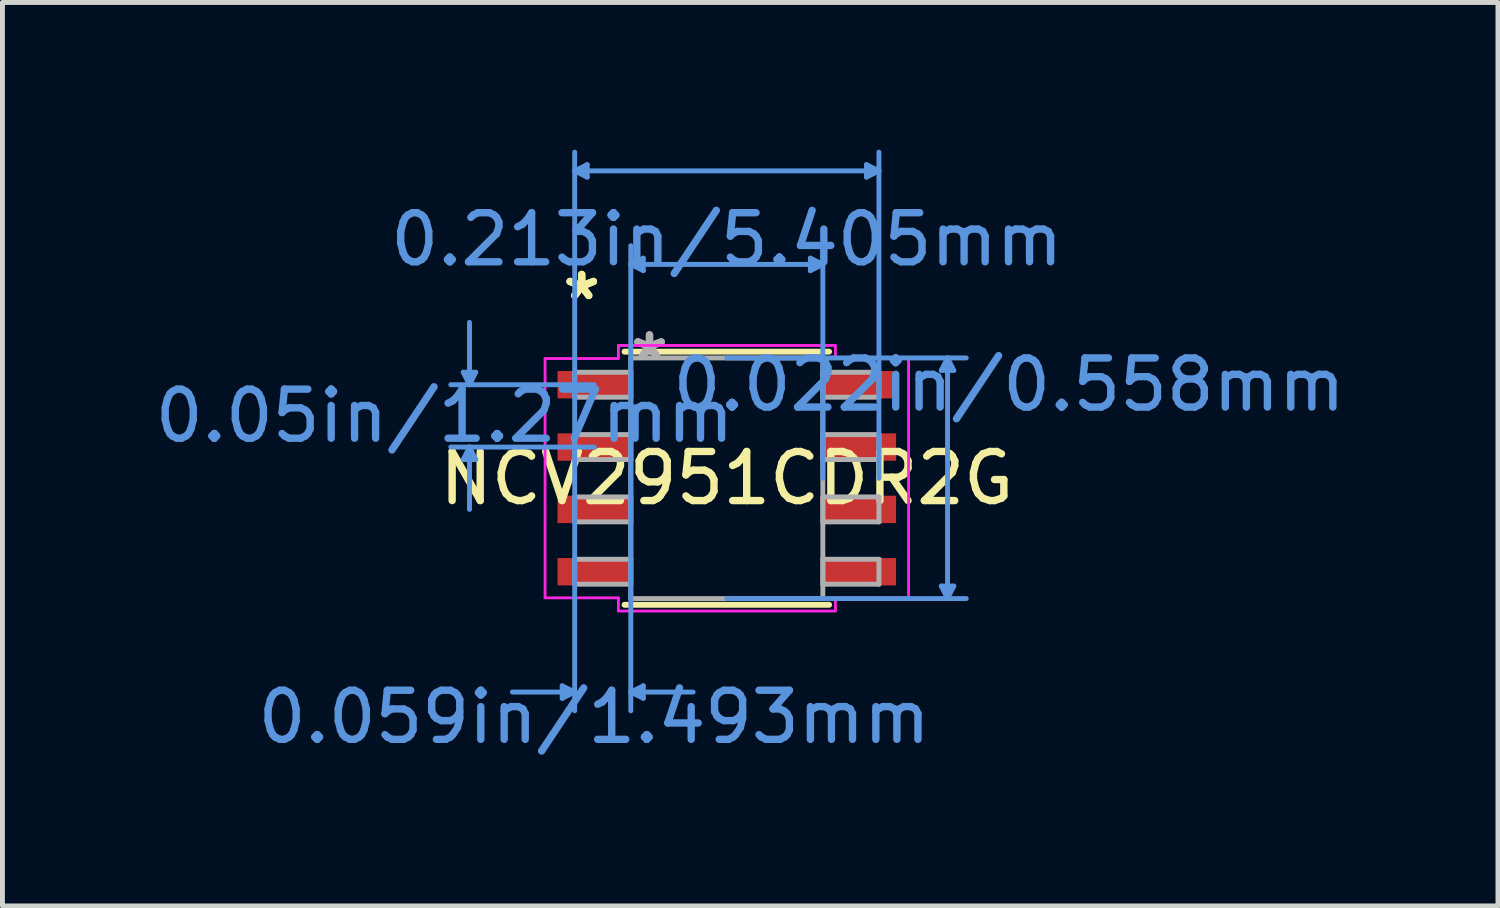
<source format=kicad_pcb>
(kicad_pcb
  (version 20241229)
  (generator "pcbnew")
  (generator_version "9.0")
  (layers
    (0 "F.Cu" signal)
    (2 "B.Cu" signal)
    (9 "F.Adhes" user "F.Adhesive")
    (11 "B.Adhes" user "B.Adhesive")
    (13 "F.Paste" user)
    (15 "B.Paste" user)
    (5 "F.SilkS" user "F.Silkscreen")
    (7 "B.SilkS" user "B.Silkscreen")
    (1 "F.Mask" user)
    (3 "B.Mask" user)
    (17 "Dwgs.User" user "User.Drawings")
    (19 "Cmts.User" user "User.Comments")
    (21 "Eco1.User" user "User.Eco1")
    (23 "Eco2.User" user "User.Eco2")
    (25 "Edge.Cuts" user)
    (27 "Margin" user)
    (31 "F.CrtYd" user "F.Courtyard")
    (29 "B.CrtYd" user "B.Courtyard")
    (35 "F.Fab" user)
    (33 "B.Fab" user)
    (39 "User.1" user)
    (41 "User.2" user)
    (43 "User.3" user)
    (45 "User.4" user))
  (footprint "NCV2951CDR2G"
    (layer "F.Cu")
    (at 11.756 6.692)
    (property "Reference" "NCV2951CDR2G" (at 0 0 0) (layer "F.SilkS") (effects (font (size 1 1) (thickness 0.15))))
    (attr through_hole)
    (fp_line (start -2.083 2.578) (end 2.083 2.578) (stroke (width 0.12) (type solid)) (layer "F.SilkS"))
    (fp_line (start 2.083 -2.578) (end -2.083 -2.578) (stroke (width 0.12) (type solid)) (layer "F.SilkS"))
    (fp_line (start -5.369 -2.159) (end -5.115 -2.159) (stroke (width 0.1) (type solid)) (layer "Cmts.User"))
    (fp_line (start -5.369 -0.381) (end -5.115 -0.381) (stroke (width 0.1) (type solid)) (layer "Cmts.User"))
    (fp_line (start -5.242 -1.905) (end -5.369 -2.159) (stroke (width 0.1) (type solid)) (layer "Cmts.User"))
    (fp_line (start -5.242 -1.905) (end -5.242 -3.175) (stroke (width 0.1) (type solid)) (layer "Cmts.User"))
    (fp_line (start -5.242 -1.905) (end -5.115 -2.159) (stroke (width 0.1) (type solid)) (layer "Cmts.User"))
    (fp_line (start -5.242 -0.635) (end -5.369 -0.381) (stroke (width 0.1) (type solid)) (layer "Cmts.User"))
    (fp_line (start -5.242 -0.635) (end -5.242 0.635) (stroke (width 0.1) (type solid)) (layer "Cmts.User"))
    (fp_line (start -5.242 -0.635) (end -5.115 -0.381) (stroke (width 0.1) (type solid)) (layer "Cmts.User"))
    (fp_line (start -3.353 4.229) (end -3.353 4.483) (stroke (width 0.1) (type solid)) (layer "Cmts.User"))
    (fp_line (start -3.099 -6.261) (end -2.845 -6.388) (stroke (width 0.1) (type solid)) (layer "Cmts.User"))
    (fp_line (start -3.099 -6.261) (end -2.845 -6.134) (stroke (width 0.1) (type solid)) (layer "Cmts.User"))
    (fp_line (start -3.099 -6.261) (end 3.099 -6.261) (stroke (width 0.1) (type solid)) (layer "Cmts.User"))
    (fp_line (start -3.099 0) (end -3.099 -6.642) (stroke (width 0.1) (type solid)) (layer "Cmts.User"))
    (fp_line (start -3.099 0) (end -3.099 4.737) (stroke (width 0.1) (type solid)) (layer "Cmts.User"))
    (fp_line (start -3.099 4.356) (end -4.369 4.356) (stroke (width 0.1) (type solid)) (layer "Cmts.User"))
    (fp_line (start -3.099 4.356) (end -3.353 4.229) (stroke (width 0.1) (type solid)) (layer "Cmts.User"))
    (fp_line (start -3.099 4.356) (end -3.353 4.483) (stroke (width 0.1) (type solid)) (layer "Cmts.User"))
    (fp_line (start -2.845 -6.388) (end -2.845 -6.134) (stroke (width 0.1) (type solid)) (layer "Cmts.User"))
    (fp_line (start -2.702 -1.905) (end -5.623 -1.905) (stroke (width 0.1) (type solid)) (layer "Cmts.User"))
    (fp_line (start -2.702 -0.635) (end -5.623 -0.635) (stroke (width 0.1) (type solid)) (layer "Cmts.User"))
    (fp_line (start -1.956 -4.356) (end -1.702 -4.483) (stroke (width 0.1) (type solid)) (layer "Cmts.User"))
    (fp_line (start -1.956 -4.356) (end -1.702 -4.229) (stroke (width 0.1) (type solid)) (layer "Cmts.User"))
    (fp_line (start -1.956 -4.356) (end 1.956 -4.356) (stroke (width 0.1) (type solid)) (layer "Cmts.User"))
    (fp_line (start -1.956 0) (end -1.956 -4.737) (stroke (width 0.1) (type solid)) (layer "Cmts.User"))
    (fp_line (start -1.956 0) (end -1.956 4.737) (stroke (width 0.1) (type solid)) (layer "Cmts.User"))
    (fp_line (start -1.956 4.356) (end -1.702 4.229) (stroke (width 0.1) (type solid)) (layer "Cmts.User"))
    (fp_line (start -1.956 4.356) (end -1.702 4.483) (stroke (width 0.1) (type solid)) (layer "Cmts.User"))
    (fp_line (start -1.956 4.356) (end -0.686 4.356) (stroke (width 0.1) (type solid)) (layer "Cmts.User"))
    (fp_line (start -1.702 -4.483) (end -1.702 -4.229) (stroke (width 0.1) (type solid)) (layer "Cmts.User"))
    (fp_line (start -1.702 4.229) (end -1.702 4.483) (stroke (width 0.1) (type solid)) (layer "Cmts.User"))
    (fp_line (start 0 -2.451) (end 4.877 -2.451) (stroke (width 0.1) (type solid)) (layer "Cmts.User"))
    (fp_line (start 0 2.451) (end 4.877 2.451) (stroke (width 0.1) (type solid)) (layer "Cmts.User"))
    (fp_line (start 1.702 -4.483) (end 1.702 -4.229) (stroke (width 0.1) (type solid)) (layer "Cmts.User"))
    (fp_line (start 1.956 -4.356) (end 1.702 -4.483) (stroke (width 0.1) (type solid)) (layer "Cmts.User"))
    (fp_line (start 1.956 -4.356) (end 1.702 -4.229) (stroke (width 0.1) (type solid)) (layer "Cmts.User"))
    (fp_line (start 1.956 0) (end 1.956 -4.737) (stroke (width 0.1) (type solid)) (layer "Cmts.User"))
    (fp_line (start 2.845 -6.388) (end 2.845 -6.134) (stroke (width 0.1) (type solid)) (layer "Cmts.User"))
    (fp_line (start 3.099 -6.261) (end 2.845 -6.388) (stroke (width 0.1) (type solid)) (layer "Cmts.User"))
    (fp_line (start 3.099 -6.261) (end 2.845 -6.134) (stroke (width 0.1) (type solid)) (layer "Cmts.User"))
    (fp_line (start 3.099 0) (end 3.099 -6.642) (stroke (width 0.1) (type solid)) (layer "Cmts.User"))
    (fp_line (start 4.369 -2.197) (end 4.623 -2.197) (stroke (width 0.1) (type solid)) (layer "Cmts.User"))
    (fp_line (start 4.369 2.197) (end 4.623 2.197) (stroke (width 0.1) (type solid)) (layer "Cmts.User"))
    (fp_line (start 4.496 -2.451) (end 4.369 -2.197) (stroke (width 0.1) (type solid)) (layer "Cmts.User"))
    (fp_line (start 4.496 -2.451) (end 4.496 2.451) (stroke (width 0.1) (type solid)) (layer "Cmts.User"))
    (fp_line (start 4.496 -2.451) (end 4.623 -2.197) (stroke (width 0.1) (type solid)) (layer "Cmts.User"))
    (fp_line (start 4.496 2.451) (end 4.369 2.197) (stroke (width 0.1) (type solid)) (layer "Cmts.User"))
    (fp_line (start 4.496 2.451) (end 4.623 2.197) (stroke (width 0.1) (type solid)) (layer "Cmts.User"))
    (fp_line (start -3.703 -2.438) (end -2.21 -2.438) (stroke (width 0.05) (type solid)) (layer "F.CrtYd"))
    (fp_line (start -3.703 -2.438) (end -2.21 -2.438) (stroke (width 0.05) (type solid)) (layer "F.CrtYd"))
    (fp_line (start -3.703 2.438) (end -3.703 -2.438) (stroke (width 0.05) (type solid)) (layer "F.CrtYd"))
    (fp_line (start -3.703 2.438) (end -3.703 -2.438) (stroke (width 0.05) (type solid)) (layer "F.CrtYd"))
    (fp_line (start -3.703 2.438) (end -2.21 2.438) (stroke (width 0.05) (type solid)) (layer "F.CrtYd"))
    (fp_line (start -2.21 -2.705) (end 2.21 -2.705) (stroke (width 0.05) (type solid)) (layer "F.CrtYd"))
    (fp_line (start -2.21 -2.705) (end 2.21 -2.705) (stroke (width 0.05) (type solid)) (layer "F.CrtYd"))
    (fp_line (start -2.21 -2.438) (end -2.21 -2.705) (stroke (width 0.05) (type solid)) (layer "F.CrtYd"))
    (fp_line (start -2.21 -2.438) (end -2.21 -2.705) (stroke (width 0.05) (type solid)) (layer "F.CrtYd"))
    (fp_line (start -2.21 2.438) (end -3.703 2.438) (stroke (width 0.05) (type solid)) (layer "F.CrtYd"))
    (fp_line (start -2.21 2.705) (end -2.21 2.438) (stroke (width 0.05) (type solid)) (layer "F.CrtYd"))
    (fp_line (start -2.21 2.705) (end -2.21 2.438) (stroke (width 0.05) (type solid)) (layer "F.CrtYd"))
    (fp_line (start 2.21 -2.705) (end 2.21 -2.438) (stroke (width 0.05) (type solid)) (layer "F.CrtYd"))
    (fp_line (start 2.21 -2.705) (end 2.21 -2.438) (stroke (width 0.05) (type solid)) (layer "F.CrtYd"))
    (fp_line (start 2.21 -2.438) (end 3.703 -2.438) (stroke (width 0.05) (type solid)) (layer "F.CrtYd"))
    (fp_line (start 2.21 2.438) (end 2.21 2.705) (stroke (width 0.05) (type solid)) (layer "F.CrtYd"))
    (fp_line (start 2.21 2.438) (end 2.21 2.705) (stroke (width 0.05) (type solid)) (layer "F.CrtYd"))
    (fp_line (start 2.21 2.705) (end -2.21 2.705) (stroke (width 0.05) (type solid)) (layer "F.CrtYd"))
    (fp_line (start 2.21 2.705) (end -2.21 2.705) (stroke (width 0.05) (type solid)) (layer "F.CrtYd"))
    (fp_line (start 3.703 -2.438) (end 2.21 -2.438) (stroke (width 0.05) (type solid)) (layer "F.CrtYd"))
    (fp_line (start 3.703 -2.438) (end 3.703 2.438) (stroke (width 0.05) (type solid)) (layer "F.CrtYd"))
    (fp_line (start 3.703 -2.438) (end 3.703 2.438) (stroke (width 0.05) (type solid)) (layer "F.CrtYd"))
    (fp_line (start 3.703 2.438) (end 2.21 2.438) (stroke (width 0.05) (type solid)) (layer "F.CrtYd"))
    (fp_line (start 3.703 2.438) (end 2.21 2.438) (stroke (width 0.05) (type solid)) (layer "F.CrtYd"))
    (fp_line (start -3.099 -2.159) (end -3.099 -1.651) (stroke (width 0.1) (type solid)) (layer "F.Fab"))
    (fp_line (start -3.099 -1.651) (end -1.956 -1.651) (stroke (width 0.1) (type solid)) (layer "F.Fab"))
    (fp_line (start -3.099 -0.889) (end -3.099 -0.381) (stroke (width 0.1) (type solid)) (layer "F.Fab"))
    (fp_line (start -3.099 -0.381) (end -1.956 -0.381) (stroke (width 0.1) (type solid)) (layer "F.Fab"))
    (fp_line (start -3.099 0.381) (end -3.099 0.889) (stroke (width 0.1) (type solid)) (layer "F.Fab"))
    (fp_line (start -3.099 0.889) (end -1.956 0.889) (stroke (width 0.1) (type solid)) (layer "F.Fab"))
    (fp_line (start -3.099 1.651) (end -3.099 2.159) (stroke (width 0.1) (type solid)) (layer "F.Fab"))
    (fp_line (start -3.099 2.159) (end -1.956 2.159) (stroke (width 0.1) (type solid)) (layer "F.Fab"))
    (fp_line (start -1.956 -2.451) (end -1.956 2.451) (stroke (width 0.1) (type solid)) (layer "F.Fab"))
    (fp_line (start -1.956 -2.159) (end -3.099 -2.159) (stroke (width 0.1) (type solid)) (layer "F.Fab"))
    (fp_line (start -1.956 -1.651) (end -1.956 -2.159) (stroke (width 0.1) (type solid)) (layer "F.Fab"))
    (fp_line (start -1.956 -0.889) (end -3.099 -0.889) (stroke (width 0.1) (type solid)) (layer "F.Fab"))
    (fp_line (start -1.956 -0.381) (end -1.956 -0.889) (stroke (width 0.1) (type solid)) (layer "F.Fab"))
    (fp_line (start -1.956 0.381) (end -3.099 0.381) (stroke (width 0.1) (type solid)) (layer "F.Fab"))
    (fp_line (start -1.956 0.889) (end -1.956 0.381) (stroke (width 0.1) (type solid)) (layer "F.Fab"))
    (fp_line (start -1.956 1.651) (end -3.099 1.651) (stroke (width 0.1) (type solid)) (layer "F.Fab"))
    (fp_line (start -1.956 2.159) (end -1.956 1.651) (stroke (width 0.1) (type solid)) (layer "F.Fab"))
    (fp_line (start -1.956 2.451) (end 1.956 2.451) (stroke (width 0.1) (type solid)) (layer "F.Fab"))
    (fp_line (start 1.956 -2.451) (end -1.956 -2.451) (stroke (width 0.1) (type solid)) (layer "F.Fab"))
    (fp_line (start 1.956 -2.159) (end 1.956 -1.651) (stroke (width 0.1) (type solid)) (layer "F.Fab"))
    (fp_line (start 1.956 -1.651) (end 3.099 -1.651) (stroke (width 0.1) (type solid)) (layer "F.Fab"))
    (fp_line (start 1.956 -0.889) (end 1.956 -0.381) (stroke (width 0.1) (type solid)) (layer "F.Fab"))
    (fp_line (start 1.956 -0.381) (end 3.099 -0.381) (stroke (width 0.1) (type solid)) (layer "F.Fab"))
    (fp_line (start 1.956 0.381) (end 1.956 0.889) (stroke (width 0.1) (type solid)) (layer "F.Fab"))
    (fp_line (start 1.956 0.889) (end 3.099 0.889) (stroke (width 0.1) (type solid)) (layer "F.Fab"))
    (fp_line (start 1.956 1.651) (end 1.956 2.159) (stroke (width 0.1) (type solid)) (layer "F.Fab"))
    (fp_line (start 1.956 2.159) (end 3.099 2.159) (stroke (width 0.1) (type solid)) (layer "F.Fab"))
    (fp_line (start 1.956 2.451) (end 1.956 -2.451) (stroke (width 0.1) (type solid)) (layer "F.Fab"))
    (fp_line (start 3.099 -2.159) (end 1.956 -2.159) (stroke (width 0.1) (type solid)) (layer "F.Fab"))
    (fp_line (start 3.099 -1.651) (end 3.099 -2.159) (stroke (width 0.1) (type solid)) (layer "F.Fab"))
    (fp_line (start 3.099 -0.889) (end 1.956 -0.889) (stroke (width 0.1) (type solid)) (layer "F.Fab"))
    (fp_line (start 3.099 -0.381) (end 3.099 -0.889) (stroke (width 0.1) (type solid)) (layer "F.Fab"))
    (fp_line (start 3.099 0.381) (end 1.956 0.381) (stroke (width 0.1) (type solid)) (layer "F.Fab"))
    (fp_line (start 3.099 0.889) (end 3.099 0.381) (stroke (width 0.1) (type solid)) (layer "F.Fab"))
    (fp_line (start 3.099 1.651) (end 1.956 1.651) (stroke (width 0.1) (type solid)) (layer "F.Fab"))
    (fp_line (start 3.099 2.159) (end 3.099 1.651) (stroke (width 0.1) (type solid)) (layer "F.Fab"))
    (fp_text user "*" (at -2.956 -3.606 0) (layer "F.SilkS") (effects (font (size 1 1) (thickness 0.15))))
    (fp_text user "*" (at -2.956 -3.606 0) (layer "F.SilkS") (effects (font (size 1 1) (thickness 0.15))))
    (fp_text user "0.05in/1.27mm" (at -5.75 -1.27 0) (layer "Cmts.User") (effects (font (size 1 1) (thickness 0.15))))
    (fp_text user "0.213in/5.405mm" (at 0 -4.864 0) (layer "Cmts.User") (effects (font (size 1 1) (thickness 0.15))))
    (fp_text user "0.059in/1.493mm" (at -2.702 4.864 0) (layer "Cmts.User") (effects (font (size 1 1) (thickness 0.15))))
    (fp_text user "0.022in/0.558mm" (at 5.75 -1.905 0) (layer "Cmts.User") (effects (font (size 1 1) (thickness 0.15))))
    (fp_text user "*" (at -1.575 -2.375 0) (layer "F.Fab") (effects (font (size 1 1) (thickness 0.15))))
    (fp_text user "*" (at -1.575 -2.375 0) (layer "F.Fab") (effects (font (size 1 1) (thickness 0.15))))
    (pad "1" smd rect (at -2.702 -1.905) (size 1.493 0.558) (layers "F.Cu" "F.Mask" "F.Paste"))
    (pad "2" smd rect (at -2.702 -0.635) (size 1.493 0.558) (layers "F.Cu" "F.Mask" "F.Paste"))
    (pad "3" smd rect (at -2.702 0.635) (size 1.493 0.558) (layers "F.Cu" "F.Mask" "F.Paste"))
    (pad "4" smd rect (at -2.702 1.905) (size 1.493 0.558) (layers "F.Cu" "F.Mask" "F.Paste"))
    (pad "5" smd rect (at 2.702 1.905) (size 1.493 0.558) (layers "F.Cu" "F.Mask" "F.Paste"))
    (pad "6" smd rect (at 2.702 0.635) (size 1.493 0.558) (layers "F.Cu" "F.Mask" "F.Paste"))
    (pad "7" smd rect (at 2.702 -0.635) (size 1.493 0.558) (layers "F.Cu" "F.Mask" "F.Paste"))
    (pad "8" smd rect (at 2.702 -1.905) (size 1.493 0.558) (layers "F.Cu" "F.Mask" "F.Paste")))
  (gr_rect
    (start -3 -3)
    (end 27.465 15.404)
    (stroke (width 0.1) (type default))
    (fill no)
    (layer "Edge.Cuts")))
</source>
